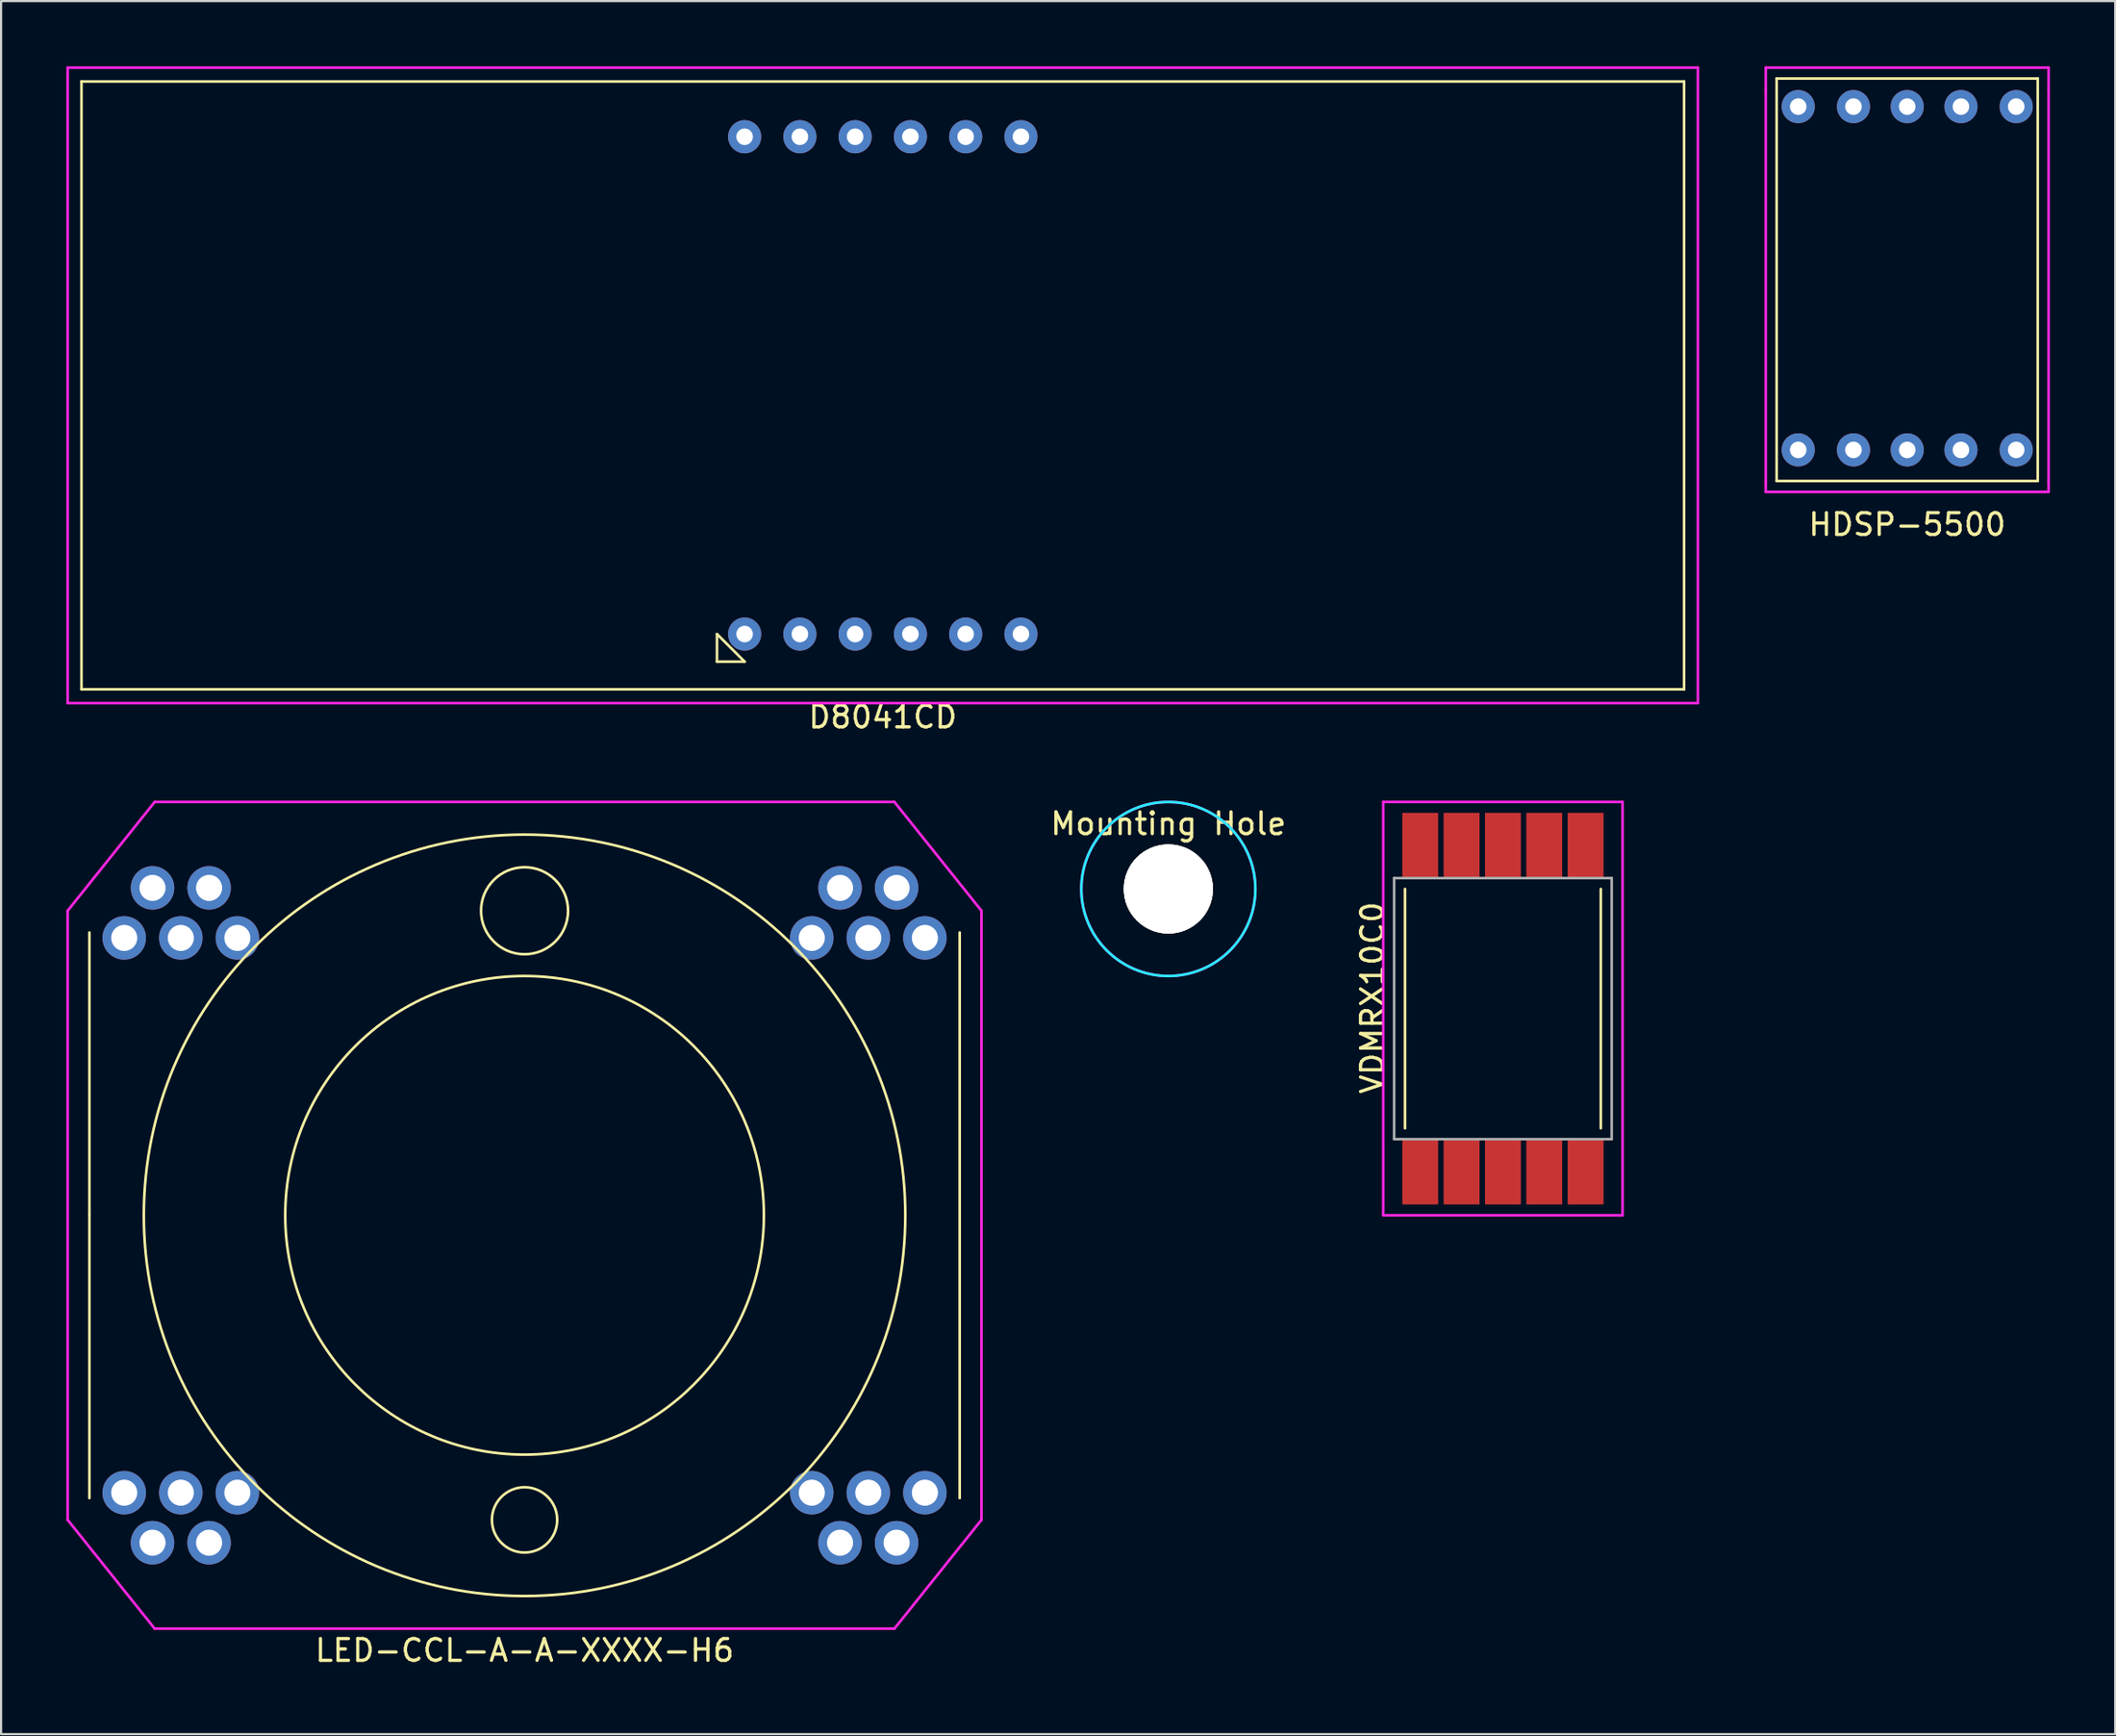
<source format=kicad_pcb>
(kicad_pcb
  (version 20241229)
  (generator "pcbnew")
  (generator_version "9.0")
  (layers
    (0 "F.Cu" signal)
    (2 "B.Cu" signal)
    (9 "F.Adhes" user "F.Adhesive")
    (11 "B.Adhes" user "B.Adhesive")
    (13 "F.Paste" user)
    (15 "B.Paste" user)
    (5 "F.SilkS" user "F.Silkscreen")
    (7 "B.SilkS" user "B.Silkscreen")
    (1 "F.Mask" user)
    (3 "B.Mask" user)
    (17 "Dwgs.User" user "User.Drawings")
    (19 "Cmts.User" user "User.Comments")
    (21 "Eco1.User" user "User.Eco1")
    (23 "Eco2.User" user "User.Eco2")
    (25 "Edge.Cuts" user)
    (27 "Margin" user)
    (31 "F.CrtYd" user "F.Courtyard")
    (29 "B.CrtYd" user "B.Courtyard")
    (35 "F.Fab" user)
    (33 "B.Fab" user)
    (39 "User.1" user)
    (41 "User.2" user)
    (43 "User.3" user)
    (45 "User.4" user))
  (footprint "VDMRX10C0"
    (layer "F.Cu")
    (at 66.028 43.313)
    (property "Reference" "VDMRX10C0" (at -6 -0.5 90) (layer "F.SilkS") (effects (font (size 1 1) (thickness 0.15))))
    (attr through_hole)
    (fp_line (start -4.5 5.5) (end -4.5 -5.5) (stroke (width 0.12) (type solid)) (layer "F.SilkS"))
    (fp_line (start 4.5 5.5) (end 4.5 -5.5) (stroke (width 0.12) (type solid)) (layer "F.SilkS"))
    (fp_line (start -5.5 -9.5) (end -5.5 9.5) (stroke (width 0.12) (type solid)) (layer "F.CrtYd"))
    (fp_line (start -5.5 9.5) (end 5.5 9.5) (stroke (width 0.12) (type solid)) (layer "F.CrtYd"))
    (fp_line (start 5.5 -9.5) (end -5.5 -9.5) (stroke (width 0.12) (type solid)) (layer "F.CrtYd"))
    (fp_line (start 5.5 9.5) (end 5.5 -9.5) (stroke (width 0.12) (type solid)) (layer "F.CrtYd"))
    (fp_line (start -5 -6) (end -5 6) (stroke (width 0.12) (type solid)) (layer "F.Fab"))
    (fp_line (start -5 6) (end 5 6) (stroke (width 0.12) (type solid)) (layer "F.Fab"))
    (fp_line (start 5 -6) (end -5 -6) (stroke (width 0.12) (type solid)) (layer "F.Fab"))
    (fp_line (start 5 6) (end 5 -6) (stroke (width 0.12) (type solid)) (layer "F.Fab"))
    (pad "1" smd rect (at 3.8 7.5) (size 1.65 3) (layers "F.Cu" "F.Mask" "F.Paste"))
    (pad "2" smd rect (at 1.9 7.5) (size 1.65 3) (layers "F.Cu" "F.Mask" "F.Paste"))
    (pad "3" smd rect (at 0 7.5) (size 1.65 3) (layers "F.Cu" "F.Mask" "F.Paste"))
    (pad "4" smd rect (at -1.9 7.5) (size 1.65 3) (layers "F.Cu" "F.Mask" "F.Paste"))
    (pad "5" smd rect (at -3.8 7.5) (size 1.65 3) (layers "F.Cu" "F.Mask" "F.Paste"))
    (pad "6" smd rect (at -3.8 -7.5) (size 1.65 3) (layers "F.Cu" "F.Mask" "F.Paste"))
    (pad "7" smd rect (at -1.9 -7.5) (size 1.65 3) (layers "F.Cu" "F.Mask" "F.Paste"))
    (pad "8" smd rect (at 0 -7.5) (size 1.65 3) (layers "F.Cu" "F.Mask" "F.Paste"))
    (pad "9" smd rect (at 1.9 -7.5) (size 1.65 3) (layers "F.Cu" "F.Mask" "F.Paste"))
    (pad "10" smd rect (at 3.8 -7.5) (size 1.65 3) (layers "F.Cu" "F.Mask" "F.Paste")))
  (footprint "LED-CCL-A-A-XXXX-H6"
    (layer "F.Cu")
    (at 21.06 52.813)
    (property "Reference" "LED-CCL-A-A-XXXX-H6" (at 0 20 0) (layer "F.SilkS") (effects (font (size 1 1) (thickness 0.15))))
    (attr through_hole)
    (fp_line (start -20 0) (end -20 -13) (stroke (width 0.12) (type solid)) (layer "F.SilkS"))
    (fp_line (start -20 13) (end -20 0) (stroke (width 0.12) (type solid)) (layer "F.SilkS"))
    (fp_line (start 20 -13) (end 20 13) (stroke (width 0.12) (type solid)) (layer "F.SilkS"))
    (fp_circle (center 0 -14) (end 0 -12) (stroke (width 0.12) (type solid)) (fill no) (layer "F.SilkS"))
    (fp_circle (center 0 0) (end 0 -17.5) (stroke (width 0.12) (type solid)) (fill no) (layer "F.SilkS"))
    (fp_circle (center 0 0) (end 0 -11) (stroke (width 0.12) (type solid)) (fill no) (layer "F.SilkS"))
    (fp_circle (center 0 14) (end 0 12.5) (stroke (width 0.12) (type solid)) (fill no) (layer "F.SilkS"))
    (fp_line (start -21 -14) (end -21 14) (stroke (width 0.12) (type solid)) (layer "F.CrtYd"))
    (fp_line (start -21 14) (end -17 19) (stroke (width 0.12) (type solid)) (layer "F.CrtYd"))
    (fp_line (start -17 -19) (end -21 -14) (stroke (width 0.12) (type solid)) (layer "F.CrtYd"))
    (fp_line (start -17 19) (end 17 19) (stroke (width 0.12) (type solid)) (layer "F.CrtYd"))
    (fp_line (start 17 -19) (end -17 -19) (stroke (width 0.12) (type solid)) (layer "F.CrtYd"))
    (fp_line (start 17 19) (end 21 14) (stroke (width 0.12) (type solid)) (layer "F.CrtYd"))
    (fp_line (start 21 -14) (end 17 -19) (stroke (width 0.12) (type solid)) (layer "F.CrtYd"))
    (fp_line (start 21 14) (end 21 -14) (stroke (width 0.12) (type solid)) (layer "F.CrtYd"))
    (pad "1" thru_hole circle (at 13.2 -12.75) (size 2 2) (drill 1.2) (layers "*.Cu" "*.Mask"))
    (pad "2" thru_hole circle (at 14.5 -15.05) (size 2 2) (drill 1.2) (layers "*.Cu" "*.Mask"))
    (pad "3" thru_hole circle (at 15.8 -12.75) (size 2 2) (drill 1.2) (layers "*.Cu" "*.Mask"))
    (pad "4" thru_hole circle (at 17.1 -15.05) (size 2 2) (drill 1.2) (layers "*.Cu" "*.Mask"))
    (pad "5" thru_hole circle (at 18.4 -12.75) (size 2 2) (drill 1.2) (layers "*.Cu" "*.Mask"))
    (pad "6" thru_hole circle (at 18.4 12.75) (size 2 2) (drill 1.2) (layers "*.Cu" "*.Mask"))
    (pad "7" thru_hole circle (at 17.1 15.05) (size 2 2) (drill 1.2) (layers "*.Cu" "*.Mask"))
    (pad "8" thru_hole circle (at 15.8 12.75) (size 2 2) (drill 1.2) (layers "*.Cu" "*.Mask"))
    (pad "9" thru_hole circle (at 14.5 15.05) (size 2 2) (drill 1.2) (layers "*.Cu" "*.Mask"))
    (pad "10" thru_hole circle (at 13.2 12.75) (size 2 2) (drill 1.2) (layers "*.Cu" "*.Mask"))
    (pad "11" thru_hole circle (at -13.2 12.75) (size 2 2) (drill 1.2) (layers "*.Cu" "*.Mask"))
    (pad "12" thru_hole circle (at -14.5 15.05) (size 2 2) (drill 1.2) (layers "*.Cu" "*.Mask"))
    (pad "13" thru_hole circle (at -15.8 12.75) (size 2 2) (drill 1.2) (layers "*.Cu" "*.Mask"))
    (pad "14" thru_hole circle (at -17.1 15.05) (size 2 2) (drill 1.2) (layers "*.Cu" "*.Mask"))
    (pad "15" thru_hole circle (at -18.4 12.75) (size 2 2) (drill 1.2) (layers "*.Cu" "*.Mask"))
    (pad "16" thru_hole circle (at -18.4 -12.75) (size 2 2) (drill 1.2) (layers "*.Cu" "*.Mask"))
    (pad "17" thru_hole circle (at -17.1 -15.05) (size 2 2) (drill 1.2) (layers "*.Cu" "*.Mask"))
    (pad "18" thru_hole circle (at -15.8 -12.75) (size 2 2) (drill 1.2) (layers "*.Cu" "*.Mask"))
    (pad "19" thru_hole circle (at -14.5 -15.05) (size 2 2) (drill 1.2) (layers "*.Cu" "*.Mask"))
    (pad "20" thru_hole circle (at -13.2 -12.75) (size 2 2) (drill 1.2) (layers "*.Cu" "*.Mask")))
  (footprint "Mounting Hole"
    (layer "F.Cu")
    (at 50.65 37.813)
    (property "Reference" "Mounting Hole" (at 0 -3 0) (layer "F.SilkS") (effects (font (size 1 1) (thickness 0.15))))
    (attr through_hole)
    (fp_circle (center 0 0) (end 4 0) (stroke (width 0.12) (type solid)) (fill no) (layer "B.CrtYd"))
    (fp_circle (center 0 0) (end 4 0) (stroke (width 0.12) (type solid)) (fill no) (layer "F.CrtYd"))
    (pad "" np_thru_hole circle (at 0 0) (size 4.1 4.1) (drill 4.1) (layers "*.Cu" "*.Mask" "F.SilkS" "Dwgs.User")))
  (footprint "HDSP-5500"
    (layer "F.Cu")
    (at 84.61 10.06)
    (property "Reference" "HDSP-5500" (at 0 11 0) (layer "F.SilkS") (effects (font (size 1 1) (thickness 0.15))))
    (attr through_hole)
    (fp_line (start -6 -9.5) (end 6 -9.5) (stroke (width 0.12) (type solid)) (layer "F.SilkS"))
    (fp_line (start -6 9) (end -6 -9.5) (stroke (width 0.12) (type solid)) (layer "F.SilkS"))
    (fp_line (start 6 -9.5) (end 6 9) (stroke (width 0.12) (type solid)) (layer "F.SilkS"))
    (fp_line (start 6 9) (end -6 9) (stroke (width 0.12) (type solid)) (layer "F.SilkS"))
    (fp_line (start -6.5 -9) (end -6.5 -10) (stroke (width 0.12) (type solid)) (layer "F.CrtYd"))
    (fp_line (start -6.5 -9) (end -6.5 9) (stroke (width 0.12) (type solid)) (layer "F.CrtYd"))
    (fp_line (start -6.5 9) (end -6.5 9.5) (stroke (width 0.12) (type solid)) (layer "F.CrtYd"))
    (fp_line (start -6.5 9.5) (end 6.5 9.5) (stroke (width 0.12) (type solid)) (layer "F.CrtYd"))
    (fp_line (start 6.5 -10) (end -6.5 -10) (stroke (width 0.12) (type solid)) (layer "F.CrtYd"))
    (fp_line (start 6.5 -9) (end 6.5 -10) (stroke (width 0.12) (type solid)) (layer "F.CrtYd"))
    (fp_line (start 6.5 9) (end 6.5 -9) (stroke (width 0.12) (type solid)) (layer "F.CrtYd"))
    (fp_line (start 6.5 9.5) (end 6.5 9) (stroke (width 0.12) (type solid)) (layer "F.CrtYd"))
    (pad "1" thru_hole circle (at -5.01 7.57) (size 1.524 1.524) (drill 0.762) (layers "*.Cu" "*.Mask"))
    (pad "2" thru_hole circle (at -2.47 7.57) (size 1.524 1.524) (drill 0.762) (layers "*.Cu" "*.Mask"))
    (pad "3" thru_hole circle (at 0 7.57) (size 1.524 1.524) (drill 0.762) (layers "*.Cu" "*.Mask"))
    (pad "4" thru_hole circle (at 2.47 7.57) (size 1.524 1.524) (drill 0.762) (layers "*.Cu" "*.Mask"))
    (pad "5" thru_hole circle (at 5.01 7.57) (size 1.524 1.524) (drill 0.762) (layers "*.Cu" "*.Mask"))
    (pad "6" thru_hole circle (at 5.01 -8.21) (size 1.524 1.524) (drill 0.762) (layers "*.Cu" "*.Mask"))
    (pad "7" thru_hole circle (at 2.47 -8.21) (size 1.524 1.524) (drill 0.762) (layers "*.Cu" "*.Mask"))
    (pad "8" thru_hole circle (at 0 -8.21) (size 1.524 1.524) (drill 0.762) (layers "*.Cu" "*.Mask"))
    (pad "9" thru_hole circle (at -2.47 -8.21) (size 1.524 1.524) (drill 0.762) (layers "*.Cu" "*.Mask"))
    (pad "10" thru_hole circle (at -5.01 -8.21) (size 1.524 1.524) (drill 0.762) (layers "*.Cu" "*.Mask")))
  (footprint "D8041CD"
    (layer "F.Cu")
    (at 37.525 14.665)
    (property "Reference" "D8041CD" (at 0 15.24 0) (layer "F.SilkS") (effects (font (size 1 1) (thickness 0.15))))
    (attr through_hole)
    (fp_line (start -36.83 -13.97) (end -36.83 13.97) (stroke (width 0.12) (type solid)) (layer "F.SilkS"))
    (fp_line (start -36.83 -13.97) (end 36.83 -13.97) (stroke (width 0.12) (type solid)) (layer "F.SilkS"))
    (fp_line (start -7.62 11.43) (end -7.62 12.7) (stroke (width 0.12) (type solid)) (layer "F.SilkS"))
    (fp_line (start -7.62 12.7) (end -6.35 12.7) (stroke (width 0.12) (type solid)) (layer "F.SilkS"))
    (fp_line (start -6.35 12.7) (end -7.62 11.43) (stroke (width 0.12) (type solid)) (layer "F.SilkS"))
    (fp_line (start 36.83 -13.97) (end 36.83 13.97) (stroke (width 0.12) (type solid)) (layer "F.SilkS"))
    (fp_line (start 36.83 13.97) (end -36.83 13.97) (stroke (width 0.12) (type solid)) (layer "F.SilkS"))
    (fp_line (start -37.465 -14.605) (end -37.465 14.605) (stroke (width 0.12) (type solid)) (layer "F.CrtYd"))
    (fp_line (start -37.465 14.605) (end 37.465 14.605) (stroke (width 0.12) (type solid)) (layer "F.CrtYd"))
    (fp_line (start 37.465 -14.605) (end -37.465 -14.605) (stroke (width 0.12) (type solid)) (layer "F.CrtYd"))
    (fp_line (start 37.465 14.605) (end 37.465 -14.605) (stroke (width 0.12) (type solid)) (layer "F.CrtYd"))
    (pad "1" thru_hole circle (at -6.35 11.43) (size 1.524 1.524) (drill 0.762) (layers "*.Cu" "*.Mask"))
    (pad "2" thru_hole circle (at -3.81 11.43) (size 1.524 1.524) (drill 0.762) (layers "*.Cu" "*.Mask"))
    (pad "3" thru_hole circle (at -1.27 11.43) (size 1.524 1.524) (drill 0.762) (layers "*.Cu" "*.Mask"))
    (pad "4" thru_hole circle (at 1.27 11.43) (size 1.524 1.524) (drill 0.762) (layers "*.Cu" "*.Mask"))
    (pad "5" thru_hole circle (at 3.81 11.43) (size 1.524 1.524) (drill 0.762) (layers "*.Cu" "*.Mask"))
    (pad "6" thru_hole circle (at 6.35 11.43) (size 1.524 1.524) (drill 0.762) (layers "*.Cu" "*.Mask"))
    (pad "7" thru_hole circle (at 6.35 -11.43) (size 1.524 1.524) (drill 0.762) (layers "*.Cu" "*.Mask"))
    (pad "8" thru_hole circle (at 3.81 -11.43) (size 1.524 1.524) (drill 0.762) (layers "*.Cu" "*.Mask"))
    (pad "9" thru_hole circle (at 1.27 -11.43) (size 1.524 1.524) (drill 0.762) (layers "*.Cu" "*.Mask"))
    (pad "10" thru_hole circle (at -1.27 -11.43) (size 1.524 1.524) (drill 0.762) (layers "*.Cu" "*.Mask"))
    (pad "11" thru_hole circle (at -3.81 -11.43) (size 1.524 1.524) (drill 0.762) (layers "*.Cu" "*.Mask"))
    (pad "12" thru_hole circle (at -6.35 -11.43) (size 1.524 1.524) (drill 0.762) (layers "*.Cu" "*.Mask")))
  (gr_rect
    (start -3 -3)
    (end 94.17 76.662)
    (stroke (width 0.1) (type default))
    (fill no)
    (layer "Edge.Cuts")))
</source>
